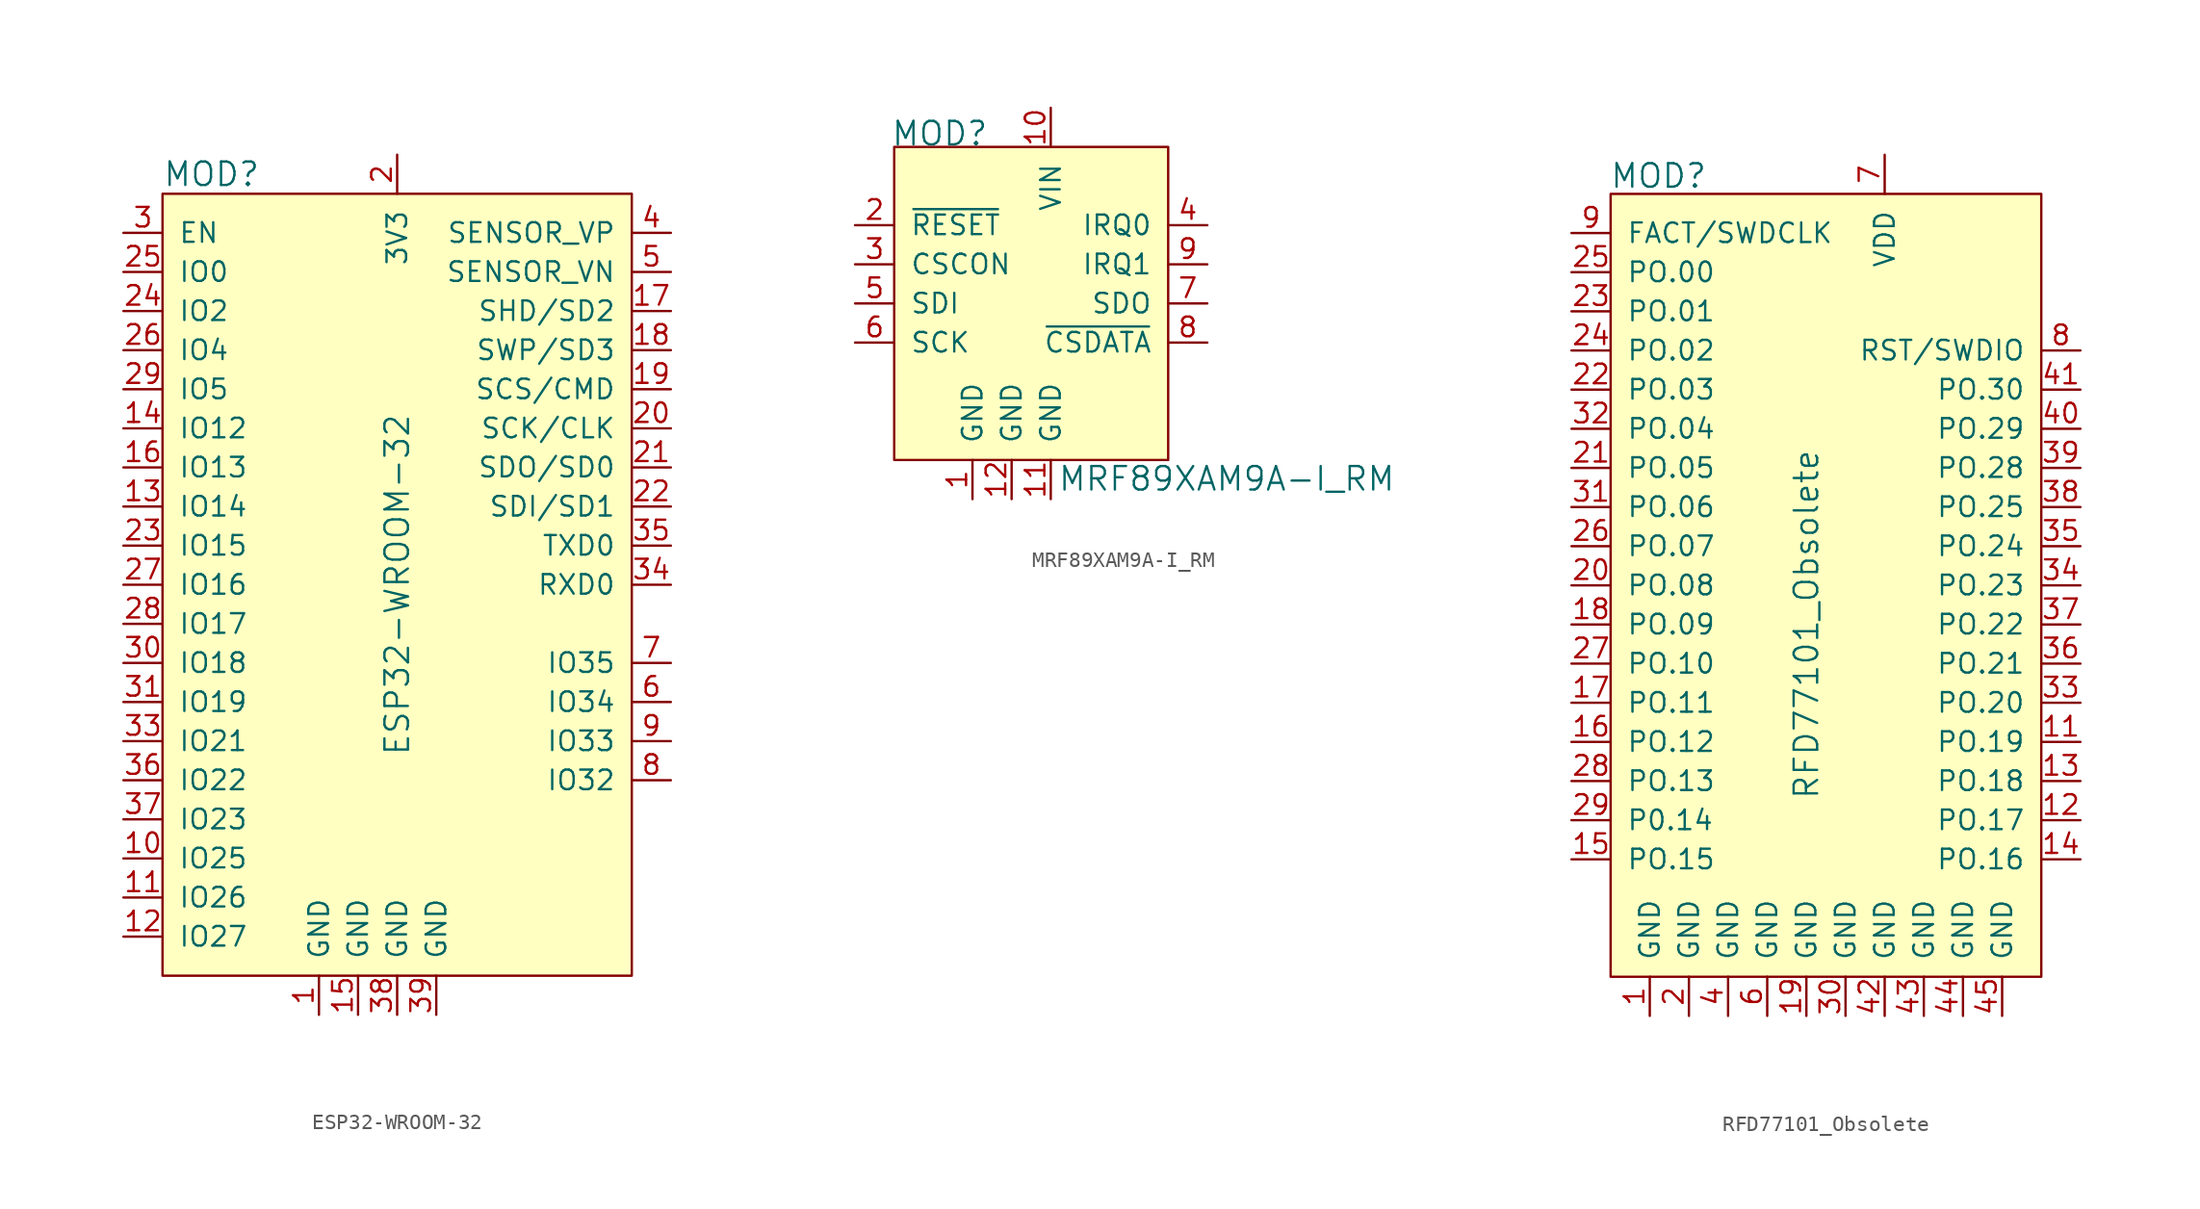
<source format=kicad_sym>
(kicad_symbol_lib
  (version 20201005)
  (generator kicad_symbol_editor)
  (symbol "ESP32-WROOM-32"
    (pin_names
      (offset 1.016))
    (property "Reference" "MOD"
      (at -10.16 1.27 0)
      (effects (font (size 1.524 1.524)) (justify left)))
    (property "Value" "ESP32-WROOM-32"
      (at 5.08 -25.4 90)
      (effects (font (size 1.524 1.524))))
    (symbol "ESP32-WROOM-32_0_1"
      (rectangle (start -10.16 0) (end 20.32 -50.8) (stroke (width 0)) (fill (type background))))
    (symbol "ESP32-WROOM-32_1_1"
      (pin power_in line (at 0 -53.34 90) (length 2.54) (name "GND" (effects (font (size 1.27 1.27)))) (number "1" (effects (font (size 1.27 1.27)))))
      (pin power_in line (at 5.08 2.54 270) (length 2.54) (name "3V3" (effects (font (size 1.27 1.27)))) (number "2" (effects (font (size 1.27 1.27)))))
      (pin input line (at -12.7 -2.54 0) (length 2.54) (name "EN" (effects (font (size 1.27 1.27)))) (number "3" (effects (font (size 1.27 1.27)))))
      (pin input line (at 22.86 -2.54 180) (length 2.54) (name "SENSOR_VP" (effects (font (size 1.27 1.27)))) (number "4" (effects (font (size 1.27 1.27)))))
      (pin input line (at 22.86 -5.08 180) (length 2.54) (name "SENSOR_VN" (effects (font (size 1.27 1.27)))) (number "5" (effects (font (size 1.27 1.27)))))
      (pin bidirectional line (at 22.86 -33.02 180) (length 2.54) (name "IO34" (effects (font (size 1.27 1.27)))) (number "6" (effects (font (size 1.27 1.27)))))
      (pin bidirectional line (at 22.86 -30.48 180) (length 2.54) (name "IO35" (effects (font (size 1.27 1.27)))) (number "7" (effects (font (size 1.27 1.27)))))
      (pin bidirectional line (at 22.86 -38.1 180) (length 2.54) (name "IO32" (effects (font (size 1.27 1.27)))) (number "8" (effects (font (size 1.27 1.27)))))
      (pin bidirectional line (at 22.86 -35.56 180) (length 2.54) (name "IO33" (effects (font (size 1.27 1.27)))) (number "9" (effects (font (size 1.27 1.27)))))
      (pin bidirectional line (at -12.7 -43.18 0) (length 2.54) (name "IO25" (effects (font (size 1.27 1.27)))) (number "10" (effects (font (size 1.27 1.27)))))
      (pin bidirectional line (at 22.86 -15.24 180) (length 2.54) (name "SCK/CLK" (effects (font (size 1.27 1.27)))) (number "20" (effects (font (size 1.27 1.27)))))
      (pin bidirectional line (at -12.7 -30.48 0) (length 2.54) (name "IO18" (effects (font (size 1.27 1.27)))) (number "30" (effects (font (size 1.27 1.27)))))
      (pin bidirectional line (at -12.7 -45.72 0) (length 2.54) (name "IO26" (effects (font (size 1.27 1.27)))) (number "11" (effects (font (size 1.27 1.27)))))
      (pin bidirectional line (at 22.86 -17.78 180) (length 2.54) (name "SDO/SD0" (effects (font (size 1.27 1.27)))) (number "21" (effects (font (size 1.27 1.27)))))
      (pin bidirectional line (at -12.7 -33.02 0) (length 2.54) (name "IO19" (effects (font (size 1.27 1.27)))) (number "31" (effects (font (size 1.27 1.27)))))
      (pin bidirectional line (at -12.7 -48.26 0) (length 2.54) (name "IO27" (effects (font (size 1.27 1.27)))) (number "12" (effects (font (size 1.27 1.27)))))
      (pin bidirectional line (at 22.86 -20.32 180) (length 2.54) (name "SDI/SD1" (effects (font (size 1.27 1.27)))) (number "22" (effects (font (size 1.27 1.27)))))
      (pin no_connect line (at 20.32 -43.18 180) (length 2.54) hide (name "NC" (effects (font (size 1.27 1.27)))) (number "32" (effects (font (size 1.27 1.27)))))
      (pin bidirectional line (at -12.7 -20.32 0) (length 2.54) (name "IO14" (effects (font (size 1.27 1.27)))) (number "13" (effects (font (size 1.27 1.27)))))
      (pin bidirectional line (at -12.7 -22.86 0) (length 2.54) (name "IO15" (effects (font (size 1.27 1.27)))) (number "23" (effects (font (size 1.27 1.27)))))
      (pin bidirectional line (at -12.7 -35.56 0) (length 2.54) (name "IO21" (effects (font (size 1.27 1.27)))) (number "33" (effects (font (size 1.27 1.27)))))
      (pin bidirectional line (at -12.7 -15.24 0) (length 2.54) (name "IO12" (effects (font (size 1.27 1.27)))) (number "14" (effects (font (size 1.27 1.27)))))
      (pin bidirectional line (at -12.7 -7.62 0) (length 2.54) (name "IO2" (effects (font (size 1.27 1.27)))) (number "24" (effects (font (size 1.27 1.27)))))
      (pin bidirectional line (at 22.86 -25.4 180) (length 2.54) (name "RXD0" (effects (font (size 1.27 1.27)))) (number "34" (effects (font (size 1.27 1.27)))))
      (pin power_in line (at 2.54 -53.34 90) (length 2.54) (name "GND" (effects (font (size 1.27 1.27)))) (number "15" (effects (font (size 1.27 1.27)))))
      (pin bidirectional line (at -12.7 -5.08 0) (length 2.54) (name "IO0" (effects (font (size 1.27 1.27)))) (number "25" (effects (font (size 1.27 1.27)))))
      (pin bidirectional line (at 22.86 -22.86 180) (length 2.54) (name "TXD0" (effects (font (size 1.27 1.27)))) (number "35" (effects (font (size 1.27 1.27)))))
      (pin bidirectional line (at -12.7 -17.78 0) (length 2.54) (name "IO13" (effects (font (size 1.27 1.27)))) (number "16" (effects (font (size 1.27 1.27)))))
      (pin bidirectional line (at -12.7 -10.16 0) (length 2.54) (name "IO4" (effects (font (size 1.27 1.27)))) (number "26" (effects (font (size 1.27 1.27)))))
      (pin bidirectional line (at -12.7 -38.1 0) (length 2.54) (name "IO22" (effects (font (size 1.27 1.27)))) (number "36" (effects (font (size 1.27 1.27)))))
      (pin bidirectional line (at 22.86 -7.62 180) (length 2.54) (name "SHD/SD2" (effects (font (size 1.27 1.27)))) (number "17" (effects (font (size 1.27 1.27)))))
      (pin bidirectional line (at -12.7 -25.4 0) (length 2.54) (name "IO16" (effects (font (size 1.27 1.27)))) (number "27" (effects (font (size 1.27 1.27)))))
      (pin bidirectional line (at -12.7 -40.64 0) (length 2.54) (name "IO23" (effects (font (size 1.27 1.27)))) (number "37" (effects (font (size 1.27 1.27)))))
      (pin bidirectional line (at 22.86 -10.16 180) (length 2.54) (name "SWP/SD3" (effects (font (size 1.27 1.27)))) (number "18" (effects (font (size 1.27 1.27)))))
      (pin bidirectional line (at -12.7 -27.94 0) (length 2.54) (name "IO17" (effects (font (size 1.27 1.27)))) (number "28" (effects (font (size 1.27 1.27)))))
      (pin power_in line (at 5.08 -53.34 90) (length 2.54) (name "GND" (effects (font (size 1.27 1.27)))) (number "38" (effects (font (size 1.27 1.27)))))
      (pin bidirectional line (at 22.86 -12.7 180) (length 2.54) (name "SCS/CMD" (effects (font (size 1.27 1.27)))) (number "19" (effects (font (size 1.27 1.27)))))
      (pin bidirectional line (at -12.7 -12.7 0) (length 2.54) (name "IO5" (effects (font (size 1.27 1.27)))) (number "29" (effects (font (size 1.27 1.27)))))
      (pin power_in line (at 7.62 -53.34 90) (length 2.54) (name "GND" (effects (font (size 1.27 1.27)))) (number "39" (effects (font (size 1.27 1.27)))))))
  (symbol "MRF89XAM9A-I_RM"
    (pin_names
      (offset 1.016))
    (property "Reference" "MOD"
      (at -10.389 11.024 0)
      (effects (font (size 1.524 1.524)) (justify left)))
    (property "Value" "MRF89XAM9A-I_RM"
      (at 0.432 -11.379 0)
      (effects (font (size 1.524 1.524)) (justify left)))
    (symbol "MRF89XAM9A-I_RM_1_1"
      (rectangle (start -10.16 10.16) (end 7.62 -10.16) (stroke (width 0)) (fill (type background)))
      (pin power_in line (at -5.08 -12.7 90) (length 2.54) (name "GND" (effects (font (size 1.27 1.27)))) (number "1" (effects (font (size 1.27 1.27)))))
      (pin input line (at -12.7 5.08 0) (length 2.54) (name "~RESET" (effects (font (size 1.27 1.27)))) (number "2" (effects (font (size 1.27 1.27)))))
      (pin bidirectional line (at -12.7 2.54 0) (length 2.54) (name "CSCON" (effects (font (size 1.27 1.27)))) (number "3" (effects (font (size 1.27 1.27)))))
      (pin output line (at 10.16 5.08 180) (length 2.54) (name "IRQ0" (effects (font (size 1.27 1.27)))) (number "4" (effects (font (size 1.27 1.27)))))
      (pin input line (at -12.7 0 0) (length 2.54) (name "SDI" (effects (font (size 1.27 1.27)))) (number "5" (effects (font (size 1.27 1.27)))))
      (pin input line (at -12.7 -2.54 0) (length 2.54) (name "SCK" (effects (font (size 1.27 1.27)))) (number "6" (effects (font (size 1.27 1.27)))))
      (pin output line (at 10.16 0 180) (length 2.54) (name "SDO" (effects (font (size 1.27 1.27)))) (number "7" (effects (font (size 1.27 1.27)))))
      (pin bidirectional line (at 10.16 -2.54 180) (length 2.54) (name "~CSDATA" (effects (font (size 1.27 1.27)))) (number "8" (effects (font (size 1.27 1.27)))))
      (pin output line (at 10.16 2.54 180) (length 2.54) (name "IRQ1" (effects (font (size 1.27 1.27)))) (number "9" (effects (font (size 1.27 1.27)))))
      (pin power_in line (at 0 12.7 270) (length 2.54) (name "VIN" (effects (font (size 1.27 1.27)))) (number "10" (effects (font (size 1.27 1.27)))))
      (pin power_in line (at 0 -12.7 90) (length 2.54) (name "GND" (effects (font (size 1.27 1.27)))) (number "11" (effects (font (size 1.27 1.27)))))
      (pin power_in line (at -2.54 -12.7 90) (length 2.54) (name "GND" (effects (font (size 1.27 1.27)))) (number "12" (effects (font (size 1.27 1.27)))))))
  (symbol "RFD77101_Obsolete"
    (pin_names
      (offset 1.016))
    (property "Reference" "MOD"
      (at -15.316 16.408 0)
      (effects (font (size 1.524 1.524)) (justify left)))
    (property "Value" "RFD77101_Obsolete"
      (at -2.54 -12.7 90)
      (effects (font (size 1.524 1.524))))
    (symbol "RFD77101_Obsolete_1_0"
      (pin bidirectional line (at -17.78 -25.4 0) (length 2.54) (name "P0.14" (effects (font (size 1.27 1.27)))) (number "29" (effects (font (size 1.27 1.27))))))
    (symbol "RFD77101_Obsolete_1_1"
      (rectangle (start -15.24 15.24) (end 12.7 -35.56) (stroke (width 0)) (fill (type background)))
      (pin power_in line (at -12.7 -38.1 90) (length 2.54) (name "GND" (effects (font (size 1.27 1.27)))) (number "1" (effects (font (size 1.27 1.27)))))
      (pin power_in line (at -10.16 -38.1 90) (length 2.54) (name "GND" (effects (font (size 1.27 1.27)))) (number "2" (effects (font (size 1.27 1.27)))))
      (pin no_connect line (at 15.24 7.62 180) (length 2.54) hide (name "DNC" (effects (font (size 1.27 1.27)))) (number "3" (effects (font (size 1.27 1.27)))))
      (pin power_in line (at -7.62 -38.1 90) (length 2.54) (name "GND" (effects (font (size 1.27 1.27)))) (number "4" (effects (font (size 1.27 1.27)))))
      (pin no_connect line (at 15.24 10.16 180) (length 2.54) hide (name "DNC" (effects (font (size 1.27 1.27)))) (number "5" (effects (font (size 1.27 1.27)))))
      (pin power_in line (at -5.08 -38.1 90) (length 2.54) (name "GND" (effects (font (size 1.27 1.27)))) (number "6" (effects (font (size 1.27 1.27)))))
      (pin power_in line (at 2.54 17.78 270) (length 2.54) (name "VDD" (effects (font (size 1.27 1.27)))) (number "7" (effects (font (size 1.27 1.27)))))
      (pin bidirectional line (at 15.24 5.08 180) (length 2.54) (name "RST/SWDIO" (effects (font (size 1.27 1.27)))) (number "8" (effects (font (size 1.27 1.27)))))
      (pin input line (at -17.78 12.7 0) (length 2.54) (name "FACT/SWDCLK" (effects (font (size 1.27 1.27)))) (number "9" (effects (font (size 1.27 1.27)))))
      (pin no_connect line (at 15.24 12.7 180) (length 2.54) hide (name "DNC" (effects (font (size 1.27 1.27)))) (number "10" (effects (font (size 1.27 1.27)))))
      (pin bidirectional line (at -17.78 -10.16 0) (length 2.54) (name "PO.08" (effects (font (size 1.27 1.27)))) (number "20" (effects (font (size 1.27 1.27)))))
      (pin power_in line (at 0 -38.1 90) (length 2.54) (name "GND" (effects (font (size 1.27 1.27)))) (number "30" (effects (font (size 1.27 1.27)))))
      (pin bidirectional line (at 15.24 0 180) (length 2.54) (name "PO.29" (effects (font (size 1.27 1.27)))) (number "40" (effects (font (size 1.27 1.27)))))
      (pin bidirectional line (at 15.24 -20.32 180) (length 2.54) (name "PO.19" (effects (font (size 1.27 1.27)))) (number "11" (effects (font (size 1.27 1.27)))))
      (pin bidirectional line (at -17.78 -2.54 0) (length 2.54) (name "PO.05" (effects (font (size 1.27 1.27)))) (number "21" (effects (font (size 1.27 1.27)))))
      (pin bidirectional line (at -17.78 -5.08 0) (length 2.54) (name "PO.06" (effects (font (size 1.27 1.27)))) (number "31" (effects (font (size 1.27 1.27)))))
      (pin bidirectional line (at 15.24 2.54 180) (length 2.54) (name "PO.30" (effects (font (size 1.27 1.27)))) (number "41" (effects (font (size 1.27 1.27)))))
      (pin bidirectional line (at 15.24 -25.4 180) (length 2.54) (name "PO.17" (effects (font (size 1.27 1.27)))) (number "12" (effects (font (size 1.27 1.27)))))
      (pin bidirectional line (at -17.78 2.54 0) (length 2.54) (name "PO.03" (effects (font (size 1.27 1.27)))) (number "22" (effects (font (size 1.27 1.27)))))
      (pin bidirectional line (at -17.78 0 0) (length 2.54) (name "PO.04" (effects (font (size 1.27 1.27)))) (number "32" (effects (font (size 1.27 1.27)))))
      (pin power_in line (at 2.54 -38.1 90) (length 2.54) (name "GND" (effects (font (size 1.27 1.27)))) (number "42" (effects (font (size 1.27 1.27)))))
      (pin bidirectional line (at 15.24 -22.86 180) (length 2.54) (name "PO.18" (effects (font (size 1.27 1.27)))) (number "13" (effects (font (size 1.27 1.27)))))
      (pin bidirectional line (at -17.78 7.62 0) (length 2.54) (name "PO.01" (effects (font (size 1.27 1.27)))) (number "23" (effects (font (size 1.27 1.27)))))
      (pin bidirectional line (at 15.24 -17.78 180) (length 2.54) (name "PO.20" (effects (font (size 1.27 1.27)))) (number "33" (effects (font (size 1.27 1.27)))))
      (pin power_in line (at 5.08 -38.1 90) (length 2.54) (name "GND" (effects (font (size 1.27 1.27)))) (number "43" (effects (font (size 1.27 1.27)))))
      (pin bidirectional line (at 15.24 -27.94 180) (length 2.54) (name "PO.16" (effects (font (size 1.27 1.27)))) (number "14" (effects (font (size 1.27 1.27)))))
      (pin bidirectional line (at -17.78 5.08 0) (length 2.54) (name "PO.02" (effects (font (size 1.27 1.27)))) (number "24" (effects (font (size 1.27 1.27)))))
      (pin bidirectional line (at 15.24 -10.16 180) (length 2.54) (name "PO.23" (effects (font (size 1.27 1.27)))) (number "34" (effects (font (size 1.27 1.27)))))
      (pin power_in line (at 7.62 -38.1 90) (length 2.54) (name "GND" (effects (font (size 1.27 1.27)))) (number "44" (effects (font (size 1.27 1.27)))))
      (pin bidirectional line (at -17.78 -27.94 0) (length 2.54) (name "PO.15" (effects (font (size 1.27 1.27)))) (number "15" (effects (font (size 1.27 1.27)))))
      (pin bidirectional line (at -17.78 10.16 0) (length 2.54) (name "PO.00" (effects (font (size 1.27 1.27)))) (number "25" (effects (font (size 1.27 1.27)))))
      (pin bidirectional line (at 15.24 -7.62 180) (length 2.54) (name "PO.24" (effects (font (size 1.27 1.27)))) (number "35" (effects (font (size 1.27 1.27)))))
      (pin power_in line (at 10.16 -38.1 90) (length 2.54) (name "GND" (effects (font (size 1.27 1.27)))) (number "45" (effects (font (size 1.27 1.27)))))
      (pin bidirectional line (at -17.78 -20.32 0) (length 2.54) (name "PO.12" (effects (font (size 1.27 1.27)))) (number "16" (effects (font (size 1.27 1.27)))))
      (pin bidirectional line (at -17.78 -7.62 0) (length 2.54) (name "PO.07" (effects (font (size 1.27 1.27)))) (number "26" (effects (font (size 1.27 1.27)))))
      (pin bidirectional line (at 15.24 -15.24 180) (length 2.54) (name "PO.21" (effects (font (size 1.27 1.27)))) (number "36" (effects (font (size 1.27 1.27)))))
      (pin bidirectional line (at -17.78 -17.78 0) (length 2.54) (name "PO.11" (effects (font (size 1.27 1.27)))) (number "17" (effects (font (size 1.27 1.27)))))
      (pin bidirectional line (at -17.78 -15.24 0) (length 2.54) (name "PO.10" (effects (font (size 1.27 1.27)))) (number "27" (effects (font (size 1.27 1.27)))))
      (pin bidirectional line (at 15.24 -12.7 180) (length 2.54) (name "PO.22" (effects (font (size 1.27 1.27)))) (number "37" (effects (font (size 1.27 1.27)))))
      (pin bidirectional line (at -17.78 -12.7 0) (length 2.54) (name "PO.09" (effects (font (size 1.27 1.27)))) (number "18" (effects (font (size 1.27 1.27)))))
      (pin bidirectional line (at -17.78 -22.86 0) (length 2.54) (name "PO.13" (effects (font (size 1.27 1.27)))) (number "28" (effects (font (size 1.27 1.27)))))
      (pin bidirectional line (at 15.24 -5.08 180) (length 2.54) (name "PO.25" (effects (font (size 1.27 1.27)))) (number "38" (effects (font (size 1.27 1.27)))))
      (pin power_in line (at -2.54 -38.1 90) (length 2.54) (name "GND" (effects (font (size 1.27 1.27)))) (number "19" (effects (font (size 1.27 1.27)))))
      (pin bidirectional line (at 15.24 -2.54 180) (length 2.54) (name "PO.28" (effects (font (size 1.27 1.27)))) (number "39" (effects (font (size 1.27 1.27))))))))
</source>
